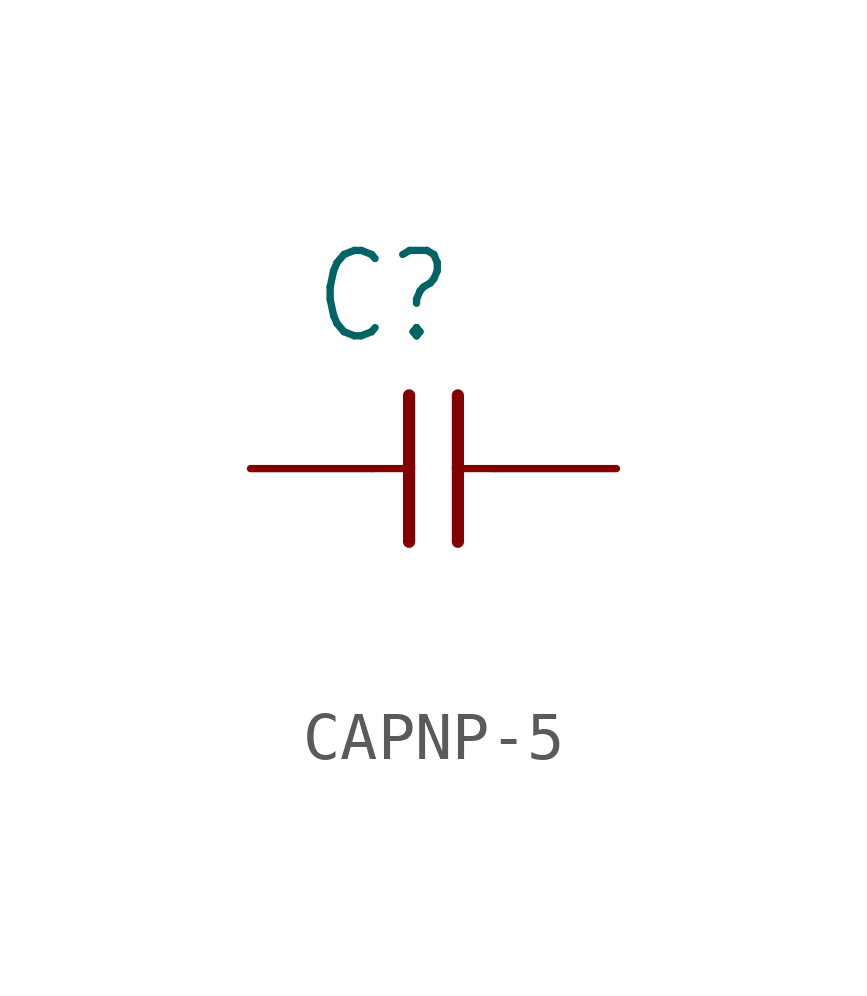
<source format=kicad_sym>
(kicad_symbol_lib
  (version 20220914)
  (generator kicad_symbol_editor)
  (symbol "CAPNP-5"
    (property "Reference" "C"
      (at -3.81 2.54 0)
      (effects (font (size 1.778 1.511)) (justify left bottom)))
    (property "Value" ""
      (at -3.81 -3.81 0)
      (effects (font (size 1.778 1.511)) (justify left bottom)))
    (property "ki_locked" ""
      (at 0 0 0)
      (effects (font (size 1.27 1.27))))
    (symbol "CAPNP-5_1_0"
      (polyline (pts (xy -2.54 0) (xy -1.778 0)) (stroke (width 0.152) (type solid)) (fill (type none)))
      (polyline (pts (xy -1.778 0) (xy -1.778 -1.524)) (stroke (width 0.254) (type solid)) (fill (type none)))
      (polyline (pts (xy -1.778 1.524) (xy -1.778 0)) (stroke (width 0.254) (type solid)) (fill (type none)))
      (polyline (pts (xy -0.762 0) (xy -0.762 -1.524)) (stroke (width 0.254) (type solid)) (fill (type none)))
      (polyline (pts (xy -0.762 0) (xy 0 0)) (stroke (width 0.152) (type solid)) (fill (type none)))
      (polyline (pts (xy -0.762 1.524) (xy -0.762 0)) (stroke (width 0.254) (type solid)) (fill (type none)))
      (pin passive line (at -5.08 0 0) (length 2.54) (name "1" (effects (font (size 0 0)))) (number "1" (effects (font (size 0 0)))))
      (pin passive line (at 2.54 0 180) (length 2.54) (name "2" (effects (font (size 0 0)))) (number "2" (effects (font (size 0 0))))))))
</source>
